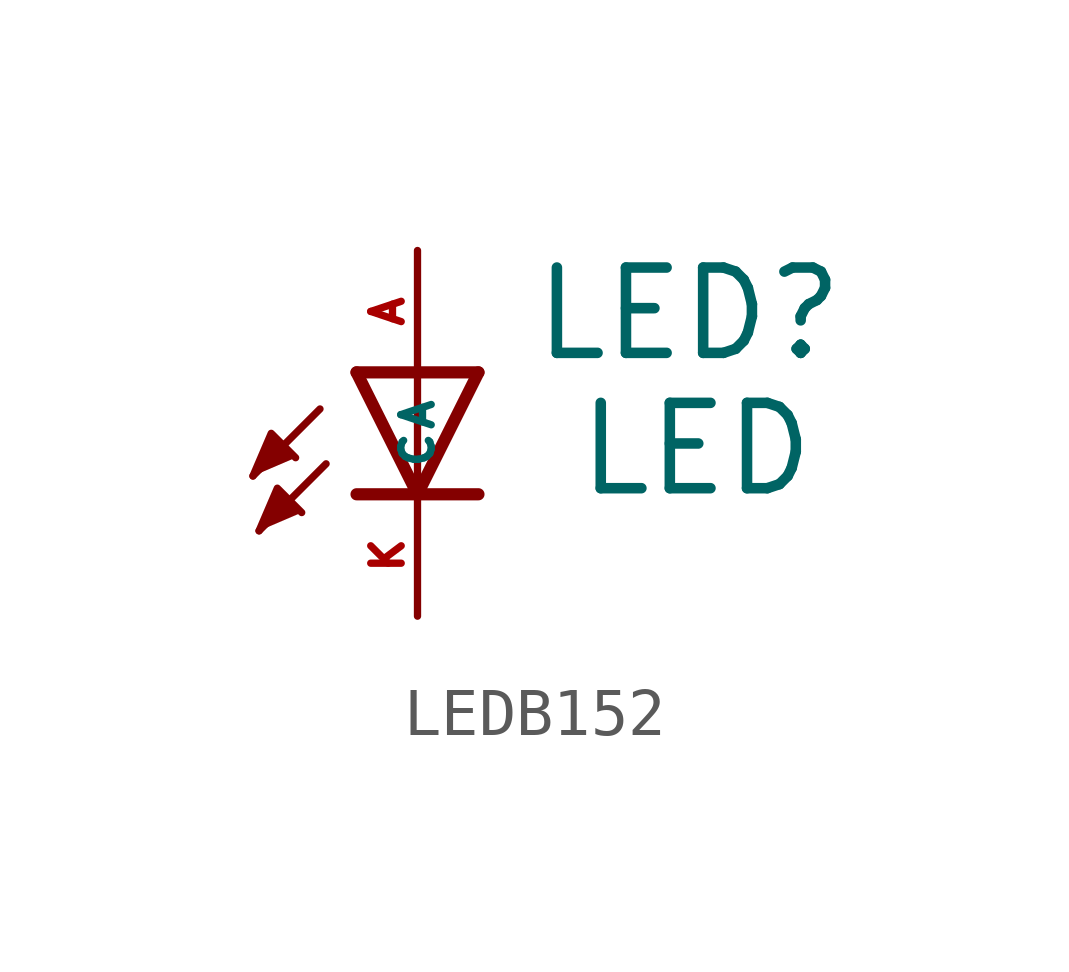
<source format=kicad_sym>
(kicad_symbol_lib
  (version 20220914)
  (generator kicad_symbol_editor)
  (symbol "LEDB152"
    (property "Reference" "LED"
      (at 2.337 0.178 0)
      (effects (font (size 1.778 1.778) (thickness 0.22)) (justify left bottom)))
    (property "Value" "LED"
      (at 3.251 -2.642 0)
      (effects (font (size 1.778 1.778) (thickness 0.22)) (justify left bottom)))
    (symbol "LEDB152_1_1"
      (polyline (pts (xy -2.032 -0.762) (xy -3.429 -2.159)) (stroke (width 0.152) (type default)) (fill (type none)))
      (polyline (pts (xy -1.905 -1.905) (xy -3.302 -3.302)) (stroke (width 0.152) (type default)) (fill (type none)))
      (polyline (pts (xy 0 -2.54) (xy -1.27 -2.54)) (stroke (width 0.254) (type default)) (fill (type none)))
      (polyline (pts (xy 0 -2.54) (xy -1.27 0)) (stroke (width 0.254) (type default)) (fill (type none)))
      (polyline (pts (xy 0 0) (xy -1.27 0)) (stroke (width 0.254) (type default)) (fill (type none)))
      (polyline (pts (xy 0 0) (xy 0 -2.54)) (stroke (width 0.152) (type default)) (fill (type none)))
      (polyline (pts (xy 1.27 -2.54) (xy 0 -2.54)) (stroke (width 0.254) (type default)) (fill (type none)))
      (polyline (pts (xy 1.27 0) (xy 0 -2.54)) (stroke (width 0.254) (type default)) (fill (type none)))
      (polyline (pts (xy 1.27 0) (xy 0 0)) (stroke (width 0.254) (type default)) (fill (type none)))
      (polyline (pts (xy -3.429 -2.159) (xy -3.048 -1.27) (xy -2.54 -1.778)) (stroke (width 0.152) (type default)) (fill (type outline)))
      (polyline (pts (xy -3.302 -3.302) (xy -2.921 -2.413) (xy -2.413 -2.921)) (stroke (width 0.152) (type default)) (fill (type outline)))
      (pin passive line (at 0 2.54 270) (length 2.54) (name "A" (effects (font (size 0.635 0.635)))) (number "A" (effects (font (size 0.635 0.635)))))
      (pin passive line (at 0 -5.08 90) (length 2.54) (name "C" (effects (font (size 0.635 0.635)))) (number "K" (effects (font (size 0.635 0.635))))))))
</source>
